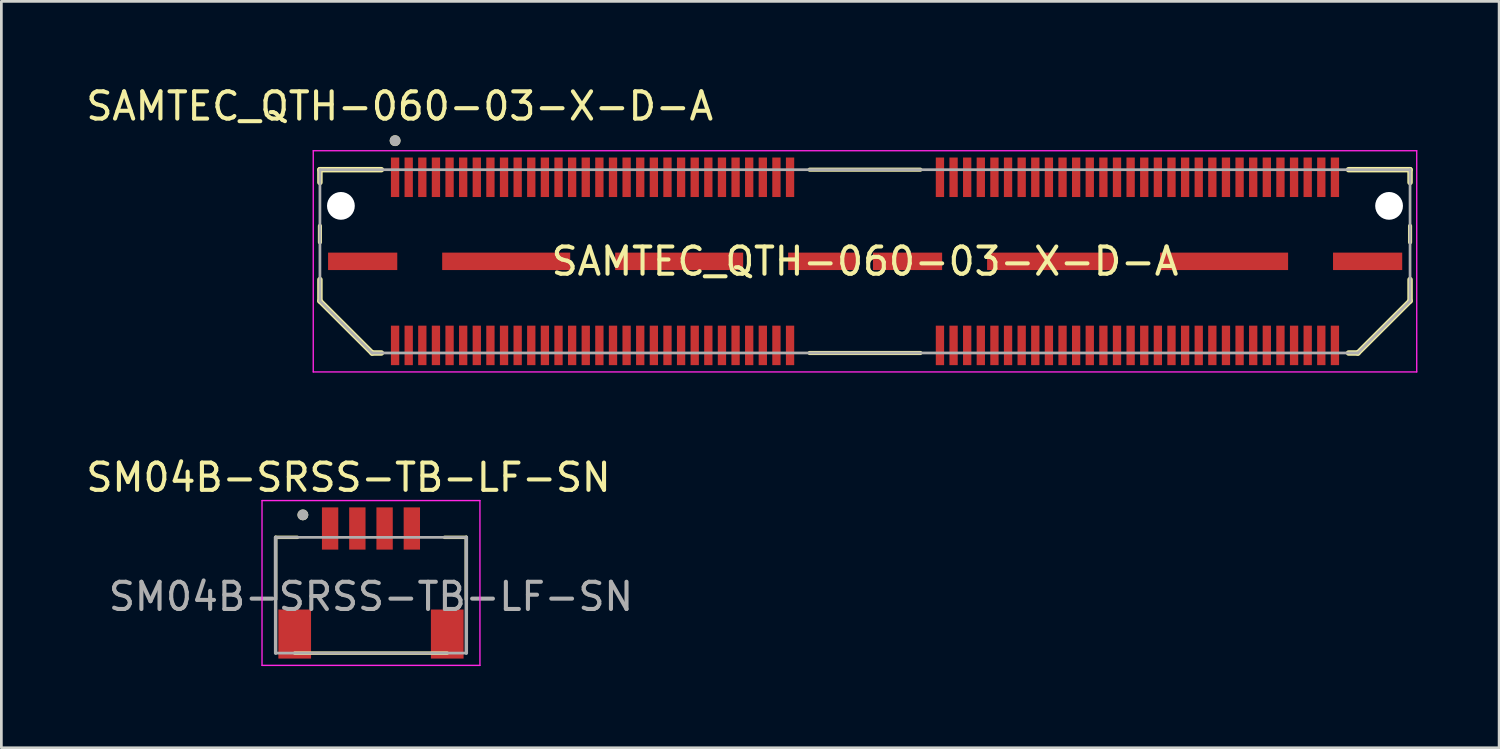
<source format=kicad_pcb>
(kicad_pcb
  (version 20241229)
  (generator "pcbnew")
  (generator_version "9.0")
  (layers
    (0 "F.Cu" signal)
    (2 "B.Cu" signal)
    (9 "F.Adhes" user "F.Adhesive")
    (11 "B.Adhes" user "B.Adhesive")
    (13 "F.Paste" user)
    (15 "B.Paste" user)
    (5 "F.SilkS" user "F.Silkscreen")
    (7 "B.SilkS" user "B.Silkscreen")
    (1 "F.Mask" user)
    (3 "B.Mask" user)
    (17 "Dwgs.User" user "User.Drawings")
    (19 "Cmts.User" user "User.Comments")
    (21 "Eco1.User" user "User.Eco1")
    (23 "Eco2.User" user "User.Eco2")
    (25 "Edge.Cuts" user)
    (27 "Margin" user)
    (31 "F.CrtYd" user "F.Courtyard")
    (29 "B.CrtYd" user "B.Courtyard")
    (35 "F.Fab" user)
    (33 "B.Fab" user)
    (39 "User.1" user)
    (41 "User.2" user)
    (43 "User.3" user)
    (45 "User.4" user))
  (footprint "SM04B-SRSS-TB-LF-SN"
    (layer "F.Cu")
    (at 10.569 16.352)
    (property "Reference" "SM04B-SRSS-TB-LF-SN" (at -0.825 -1.875 0) (layer "F.SilkS") (effects (font (size 1 1) (thickness 0.15))))
    (attr through_hole)
    (fp_line (start -3.5 0.325) (end -3.5 2.6) (stroke (width 0.127) (type solid)) (layer "F.SilkS"))
    (fp_line (start -2.8 4.575) (end 2.8 4.575) (stroke (width 0.127) (type solid)) (layer "F.SilkS"))
    (fp_line (start -2.7 0.325) (end -3.5 0.325) (stroke (width 0.127) (type solid)) (layer "F.SilkS"))
    (fp_line (start 2.7 0.325) (end 3.5 0.325) (stroke (width 0.127) (type solid)) (layer "F.SilkS"))
    (fp_line (start 3.5 0.325) (end 3.5 2.6) (stroke (width 0.127) (type solid)) (layer "F.SilkS"))
    (fp_circle (center -2.5 -0.5) (end -2.4 -0.5) (stroke (width 0.2) (type solid)) (fill no) (layer "F.SilkS"))
    (fp_line (start -4 -1.025) (end 4 -1.025) (stroke (width 0.05) (type solid)) (layer "F.CrtYd"))
    (fp_line (start -4 5.025) (end -4 -1.025) (stroke (width 0.05) (type solid)) (layer "F.CrtYd"))
    (fp_line (start 4 -1.025) (end 4 5.025) (stroke (width 0.05) (type solid)) (layer "F.CrtYd"))
    (fp_line (start 4 5.025) (end -4 5.025) (stroke (width 0.05) (type solid)) (layer "F.CrtYd"))
    (fp_line (start -3.5 4.575) (end -3.5 0.325) (stroke (width 0.127) (type solid)) (layer "F.Fab"))
    (fp_line (start -3.5 4.575) (end 3.5 4.575) (stroke (width 0.1) (type solid)) (layer "F.Fab"))
    (fp_line (start 3.5 0.325) (end -3.5 0.325) (stroke (width 0.1) (type solid)) (layer "F.Fab"))
    (fp_line (start 3.5 0.325) (end 3.5 4.575) (stroke (width 0.127) (type solid)) (layer "F.Fab"))
    (fp_circle (center -2.5 -0.5) (end -2.4 -0.5) (stroke (width 0.2) (type solid)) (fill no) (layer "F.Fab"))
    (fp_text user "${REFERENCE}" (at 0 2.5 0) (layer "F.Fab") (effects (font (size 1 1) (thickness 0.15))))
    (pad "1" smd rect (at -1.5 0 180) (size 0.6 1.55) (layers "F.Cu" "F.Mask" "F.Paste"))
    (pad "2" smd rect (at -0.5 0 180) (size 0.6 1.55) (layers "F.Cu" "F.Mask" "F.Paste"))
    (pad "3" smd rect (at 0.5 0 180) (size 0.6 1.55) (layers "F.Cu" "F.Mask" "F.Paste"))
    (pad "4" smd rect (at 1.5 0 180) (size 0.6 1.55) (layers "F.Cu" "F.Mask" "F.Paste"))
    (pad "S1" smd rect (at -2.8 3.875) (size 1.2 1.8) (layers "F.Cu" "F.Mask" "F.Paste"))
    (pad "S2" smd rect (at 2.8 3.875) (size 1.2 1.8) (layers "F.Cu" "F.Mask" "F.Paste")))
  (footprint "SAMTEC_QTH-060-03-X-D-A"
    (layer "F.Cu")
    (at 28.705 6.544)
    (property "Reference" "SAMTEC_QTH-060-03-X-D-A" (at -17.08 -5.696 0) (layer "F.SilkS") (effects (font (size 1 1) (thickness 0.15))))
    (attr smd)
    (fp_line (start -20.01 -3.365) (end -17.753 -3.365) (stroke (width 0.2) (type solid)) (layer "F.SilkS"))
    (fp_line (start -20.01 -2.896) (end -20.01 -3.365) (stroke (width 0.2) (type solid)) (layer "F.SilkS"))
    (fp_line (start -20.01 -0.7) (end -20.01 -1.3) (stroke (width 0.152) (type solid)) (layer "F.SilkS"))
    (fp_line (start -20.01 1.455) (end -20.01 0.67) (stroke (width 0.2) (type solid)) (layer "F.SilkS"))
    (fp_line (start -18.095 3.365) (end -20.01 1.455) (stroke (width 0.2) (type solid)) (layer "F.SilkS"))
    (fp_line (start -17.753 3.365) (end -18.095 3.365) (stroke (width 0.2) (type solid)) (layer "F.SilkS"))
    (fp_line (start -2.032 3.365) (end 2.032 3.365) (stroke (width 0.152) (type solid)) (layer "F.SilkS"))
    (fp_line (start 2.032 -3.365) (end -2.032 -3.365) (stroke (width 0.152) (type solid)) (layer "F.SilkS"))
    (fp_line (start 17.753 -3.365) (end 20.01 -3.365) (stroke (width 0.2) (type solid)) (layer "F.SilkS"))
    (fp_line (start 18.095 3.365) (end 17.753 3.365) (stroke (width 0.2) (type solid)) (layer "F.SilkS"))
    (fp_line (start 20.01 -3.365) (end 20.01 -2.896) (stroke (width 0.2) (type solid)) (layer "F.SilkS"))
    (fp_line (start 20.01 -0.7) (end 20.01 -1.3) (stroke (width 0.152) (type solid)) (layer "F.SilkS"))
    (fp_line (start 20.01 1.455) (end 18.095 3.365) (stroke (width 0.2) (type solid)) (layer "F.SilkS"))
    (fp_line (start 20.01 1.455) (end 20.01 0.67) (stroke (width 0.2) (type solid)) (layer "F.SilkS"))
    (fp_circle (center -17.25 -4.43) (end -17.15 -4.43) (stroke (width 0.2) (type solid)) (fill no) (layer "F.SilkS"))
    (fp_line (start -20.255 -4.06) (end -20.255 4.06) (stroke (width 0.05) (type solid)) (layer "F.CrtYd"))
    (fp_line (start -20.255 4.06) (end 20.255 4.06) (stroke (width 0.05) (type solid)) (layer "F.CrtYd"))
    (fp_line (start 20.255 -4.06) (end -20.255 -4.06) (stroke (width 0.05) (type solid)) (layer "F.CrtYd"))
    (fp_line (start 20.255 4.06) (end 20.255 -4.06) (stroke (width 0.05) (type solid)) (layer "F.CrtYd"))
    (fp_line (start -20.01 -3.365) (end 20.01 -3.365) (stroke (width 0.1) (type solid)) (layer "F.Fab"))
    (fp_line (start -20.01 1.455) (end -20.01 -3.365) (stroke (width 0.1) (type solid)) (layer "F.Fab"))
    (fp_line (start -18.095 3.365) (end -20.01 1.455) (stroke (width 0.1) (type solid)) (layer "F.Fab"))
    (fp_line (start 18.095 3.365) (end -18.095 3.365) (stroke (width 0.1) (type solid)) (layer "F.Fab"))
    (fp_line (start 20.01 -3.365) (end 20.01 1.455) (stroke (width 0.1) (type solid)) (layer "F.Fab"))
    (fp_line (start 20.01 1.455) (end 18.095 3.365) (stroke (width 0.1) (type solid)) (layer "F.Fab"))
    (fp_circle (center -17.25 -4.43) (end -17.15 -4.43) (stroke (width 0.2) (type solid)) (fill no) (layer "F.Fab"))
    (fp_text user "${REFERENCE}" (at 0 0 0) (layer "F.SilkS") (effects (font (size 1 1) (thickness 0.15))))
    (pad "" np_thru_hole circle (at -19.24 -2.036) (size 1.02 1.02) (drill 1.02) (layers "*.Cu" "*.Mask"))
    (pad "" np_thru_hole circle (at 19.24 -2.036) (size 1.02 1.02) (drill 1.02) (layers "*.Cu" "*.Mask"))
    (pad "1" smd rect (at -17.251 -3.086) (size 0.305 1.45) (layers "F.Cu" "F.Mask" "F.Paste"))
    (pad "2" smd rect (at -17.251 3.086) (size 0.305 1.45) (layers "F.Cu" "F.Mask" "F.Paste"))
    (pad "3" smd rect (at -16.751 -3.086) (size 0.305 1.45) (layers "F.Cu" "F.Mask" "F.Paste"))
    (pad "4" smd rect (at -16.751 3.086) (size 0.305 1.45) (layers "F.Cu" "F.Mask" "F.Paste"))
    (pad "5" smd rect (at -16.251 -3.086) (size 0.305 1.45) (layers "F.Cu" "F.Mask" "F.Paste"))
    (pad "6" smd rect (at -16.251 3.086) (size 0.305 1.45) (layers "F.Cu" "F.Mask" "F.Paste"))
    (pad "7" smd rect (at -15.751 -3.086) (size 0.305 1.45) (layers "F.Cu" "F.Mask" "F.Paste"))
    (pad "8" smd rect (at -15.751 3.086) (size 0.305 1.45) (layers "F.Cu" "F.Mask" "F.Paste"))
    (pad "9" smd rect (at -15.251 -3.086) (size 0.305 1.45) (layers "F.Cu" "F.Mask" "F.Paste"))
    (pad "10" smd rect (at -15.251 3.086) (size 0.305 1.45) (layers "F.Cu" "F.Mask" "F.Paste"))
    (pad "11" smd rect (at -14.751 -3.086) (size 0.305 1.45) (layers "F.Cu" "F.Mask" "F.Paste"))
    (pad "12" smd rect (at -14.751 3.086) (size 0.305 1.45) (layers "F.Cu" "F.Mask" "F.Paste"))
    (pad "13" smd rect (at -14.251 -3.086) (size 0.305 1.45) (layers "F.Cu" "F.Mask" "F.Paste"))
    (pad "14" smd rect (at -14.251 3.086) (size 0.305 1.45) (layers "F.Cu" "F.Mask" "F.Paste"))
    (pad "15" smd rect (at -13.751 -3.086) (size 0.305 1.45) (layers "F.Cu" "F.Mask" "F.Paste"))
    (pad "16" smd rect (at -13.751 3.086) (size 0.305 1.45) (layers "F.Cu" "F.Mask" "F.Paste"))
    (pad "17" smd rect (at -13.251 -3.086) (size 0.305 1.45) (layers "F.Cu" "F.Mask" "F.Paste"))
    (pad "18" smd rect (at -13.251 3.086) (size 0.305 1.45) (layers "F.Cu" "F.Mask" "F.Paste"))
    (pad "19" smd rect (at -12.751 -3.086) (size 0.305 1.45) (layers "F.Cu" "F.Mask" "F.Paste"))
    (pad "20" smd rect (at -12.751 3.086) (size 0.305 1.45) (layers "F.Cu" "F.Mask" "F.Paste"))
    (pad "21" smd rect (at -12.251 -3.086) (size 0.305 1.45) (layers "F.Cu" "F.Mask" "F.Paste"))
    (pad "22" smd rect (at -12.251 3.086) (size 0.305 1.45) (layers "F.Cu" "F.Mask" "F.Paste"))
    (pad "23" smd rect (at -11.751 -3.086) (size 0.305 1.45) (layers "F.Cu" "F.Mask" "F.Paste"))
    (pad "24" smd rect (at -11.751 3.086) (size 0.305 1.45) (layers "F.Cu" "F.Mask" "F.Paste"))
    (pad "25" smd rect (at -11.251 -3.086) (size 0.305 1.45) (layers "F.Cu" "F.Mask" "F.Paste"))
    (pad "26" smd rect (at -11.251 3.086) (size 0.305 1.45) (layers "F.Cu" "F.Mask" "F.Paste"))
    (pad "27" smd rect (at -10.751 -3.086) (size 0.305 1.45) (layers "F.Cu" "F.Mask" "F.Paste"))
    (pad "28" smd rect (at -10.751 3.086) (size 0.305 1.45) (layers "F.Cu" "F.Mask" "F.Paste"))
    (pad "29" smd rect (at -10.251 -3.086) (size 0.305 1.45) (layers "F.Cu" "F.Mask" "F.Paste"))
    (pad "30" smd rect (at -10.251 3.086) (size 0.305 1.45) (layers "F.Cu" "F.Mask" "F.Paste"))
    (pad "31" smd rect (at -9.751 -3.086) (size 0.305 1.45) (layers "F.Cu" "F.Mask" "F.Paste"))
    (pad "32" smd rect (at -9.751 3.086) (size 0.305 1.45) (layers "F.Cu" "F.Mask" "F.Paste"))
    (pad "33" smd rect (at -9.251 -3.086) (size 0.305 1.45) (layers "F.Cu" "F.Mask" "F.Paste"))
    (pad "34" smd rect (at -9.251 3.086) (size 0.305 1.45) (layers "F.Cu" "F.Mask" "F.Paste"))
    (pad "35" smd rect (at -8.751 -3.086) (size 0.305 1.45) (layers "F.Cu" "F.Mask" "F.Paste"))
    (pad "36" smd rect (at -8.751 3.086) (size 0.305 1.45) (layers "F.Cu" "F.Mask" "F.Paste"))
    (pad "37" smd rect (at -8.251 -3.086) (size 0.305 1.45) (layers "F.Cu" "F.Mask" "F.Paste"))
    (pad "38" smd rect (at -8.251 3.086) (size 0.305 1.45) (layers "F.Cu" "F.Mask" "F.Paste"))
    (pad "39" smd rect (at -7.751 -3.086) (size 0.305 1.45) (layers "F.Cu" "F.Mask" "F.Paste"))
    (pad "40" smd rect (at -7.751 3.086) (size 0.305 1.45) (layers "F.Cu" "F.Mask" "F.Paste"))
    (pad "41" smd rect (at -7.251 -3.086) (size 0.305 1.45) (layers "F.Cu" "F.Mask" "F.Paste"))
    (pad "42" smd rect (at -7.251 3.086) (size 0.305 1.45) (layers "F.Cu" "F.Mask" "F.Paste"))
    (pad "43" smd rect (at -6.751 -3.086) (size 0.305 1.45) (layers "F.Cu" "F.Mask" "F.Paste"))
    (pad "44" smd rect (at -6.751 3.086) (size 0.305 1.45) (layers "F.Cu" "F.Mask" "F.Paste"))
    (pad "45" smd rect (at -6.251 -3.086) (size 0.305 1.45) (layers "F.Cu" "F.Mask" "F.Paste"))
    (pad "46" smd rect (at -6.251 3.086) (size 0.305 1.45) (layers "F.Cu" "F.Mask" "F.Paste"))
    (pad "47" smd rect (at -5.751 -3.086) (size 0.305 1.45) (layers "F.Cu" "F.Mask" "F.Paste"))
    (pad "48" smd rect (at -5.751 3.086) (size 0.305 1.45) (layers "F.Cu" "F.Mask" "F.Paste"))
    (pad "49" smd rect (at -5.251 -3.086) (size 0.305 1.45) (layers "F.Cu" "F.Mask" "F.Paste"))
    (pad "50" smd rect (at -5.251 3.086) (size 0.305 1.45) (layers "F.Cu" "F.Mask" "F.Paste"))
    (pad "51" smd rect (at -4.751 -3.086) (size 0.305 1.45) (layers "F.Cu" "F.Mask" "F.Paste"))
    (pad "52" smd rect (at -4.751 3.086) (size 0.305 1.45) (layers "F.Cu" "F.Mask" "F.Paste"))
    (pad "53" smd rect (at -4.251 -3.086) (size 0.305 1.45) (layers "F.Cu" "F.Mask" "F.Paste"))
    (pad "54" smd rect (at -4.251 3.086) (size 0.305 1.45) (layers "F.Cu" "F.Mask" "F.Paste"))
    (pad "55" smd rect (at -3.751 -3.086) (size 0.305 1.45) (layers "F.Cu" "F.Mask" "F.Paste"))
    (pad "56" smd rect (at -3.751 3.086) (size 0.305 1.45) (layers "F.Cu" "F.Mask" "F.Paste"))
    (pad "57" smd rect (at -3.251 -3.086) (size 0.305 1.45) (layers "F.Cu" "F.Mask" "F.Paste"))
    (pad "58" smd rect (at -3.251 3.086) (size 0.305 1.45) (layers "F.Cu" "F.Mask" "F.Paste"))
    (pad "59" smd rect (at -2.751 -3.086) (size 0.305 1.45) (layers "F.Cu" "F.Mask" "F.Paste"))
    (pad "60" smd rect (at -2.751 3.086) (size 0.305 1.45) (layers "F.Cu" "F.Mask" "F.Paste"))
    (pad "61" smd rect (at 2.752 -3.086) (size 0.305 1.45) (layers "F.Cu" "F.Mask" "F.Paste"))
    (pad "62" smd rect (at 2.752 3.086) (size 0.305 1.45) (layers "F.Cu" "F.Mask" "F.Paste"))
    (pad "63" smd rect (at 3.252 -3.086) (size 0.305 1.45) (layers "F.Cu" "F.Mask" "F.Paste"))
    (pad "64" smd rect (at 3.252 3.086) (size 0.305 1.45) (layers "F.Cu" "F.Mask" "F.Paste"))
    (pad "65" smd rect (at 3.752 -3.086) (size 0.305 1.45) (layers "F.Cu" "F.Mask" "F.Paste"))
    (pad "66" smd rect (at 3.752 3.086) (size 0.305 1.45) (layers "F.Cu" "F.Mask" "F.Paste"))
    (pad "67" smd rect (at 4.252 -3.086) (size 0.305 1.45) (layers "F.Cu" "F.Mask" "F.Paste"))
    (pad "68" smd rect (at 4.252 3.086) (size 0.305 1.45) (layers "F.Cu" "F.Mask" "F.Paste"))
    (pad "69" smd rect (at 4.752 -3.086) (size 0.305 1.45) (layers "F.Cu" "F.Mask" "F.Paste"))
    (pad "70" smd rect (at 4.752 3.086) (size 0.305 1.45) (layers "F.Cu" "F.Mask" "F.Paste"))
    (pad "71" smd rect (at 5.252 -3.086) (size 0.305 1.45) (layers "F.Cu" "F.Mask" "F.Paste"))
    (pad "72" smd rect (at 5.252 3.086) (size 0.305 1.45) (layers "F.Cu" "F.Mask" "F.Paste"))
    (pad "73" smd rect (at 5.752 -3.086) (size 0.305 1.45) (layers "F.Cu" "F.Mask" "F.Paste"))
    (pad "74" smd rect (at 5.752 3.086) (size 0.305 1.45) (layers "F.Cu" "F.Mask" "F.Paste"))
    (pad "75" smd rect (at 6.252 -3.086) (size 0.305 1.45) (layers "F.Cu" "F.Mask" "F.Paste"))
    (pad "76" smd rect (at 6.252 3.086) (size 0.305 1.45) (layers "F.Cu" "F.Mask" "F.Paste"))
    (pad "77" smd rect (at 6.752 -3.086) (size 0.305 1.45) (layers "F.Cu" "F.Mask" "F.Paste"))
    (pad "78" smd rect (at 6.752 3.086) (size 0.305 1.45) (layers "F.Cu" "F.Mask" "F.Paste"))
    (pad "79" smd rect (at 7.252 -3.086) (size 0.305 1.45) (layers "F.Cu" "F.Mask" "F.Paste"))
    (pad "80" smd rect (at 7.252 3.086) (size 0.305 1.45) (layers "F.Cu" "F.Mask" "F.Paste"))
    (pad "81" smd rect (at 7.752 -3.086) (size 0.305 1.45) (layers "F.Cu" "F.Mask" "F.Paste"))
    (pad "82" smd rect (at 7.752 3.086) (size 0.305 1.45) (layers "F.Cu" "F.Mask" "F.Paste"))
    (pad "83" smd rect (at 8.252 -3.086) (size 0.305 1.45) (layers "F.Cu" "F.Mask" "F.Paste"))
    (pad "84" smd rect (at 8.252 3.086) (size 0.305 1.45) (layers "F.Cu" "F.Mask" "F.Paste"))
    (pad "85" smd rect (at 8.752 -3.086) (size 0.305 1.45) (layers "F.Cu" "F.Mask" "F.Paste"))
    (pad "86" smd rect (at 8.752 3.086) (size 0.305 1.45) (layers "F.Cu" "F.Mask" "F.Paste"))
    (pad "87" smd rect (at 9.252 -3.086) (size 0.305 1.45) (layers "F.Cu" "F.Mask" "F.Paste"))
    (pad "88" smd rect (at 9.252 3.086) (size 0.305 1.45) (layers "F.Cu" "F.Mask" "F.Paste"))
    (pad "89" smd rect (at 9.752 -3.086) (size 0.305 1.45) (layers "F.Cu" "F.Mask" "F.Paste"))
    (pad "90" smd rect (at 9.752 3.086) (size 0.305 1.45) (layers "F.Cu" "F.Mask" "F.Paste"))
    (pad "91" smd rect (at 10.252 -3.086) (size 0.305 1.45) (layers "F.Cu" "F.Mask" "F.Paste"))
    (pad "92" smd rect (at 10.252 3.086) (size 0.305 1.45) (layers "F.Cu" "F.Mask" "F.Paste"))
    (pad "93" smd rect (at 10.752 -3.086) (size 0.305 1.45) (layers "F.Cu" "F.Mask" "F.Paste"))
    (pad "94" smd rect (at 10.752 3.086) (size 0.305 1.45) (layers "F.Cu" "F.Mask" "F.Paste"))
    (pad "95" smd rect (at 11.252 -3.086) (size 0.305 1.45) (layers "F.Cu" "F.Mask" "F.Paste"))
    (pad "96" smd rect (at 11.252 3.086) (size 0.305 1.45) (layers "F.Cu" "F.Mask" "F.Paste"))
    (pad "97" smd rect (at 11.752 -3.086) (size 0.305 1.45) (layers "F.Cu" "F.Mask" "F.Paste"))
    (pad "98" smd rect (at 11.752 3.086) (size 0.305 1.45) (layers "F.Cu" "F.Mask" "F.Paste"))
    (pad "99" smd rect (at 12.252 -3.086) (size 0.305 1.45) (layers "F.Cu" "F.Mask" "F.Paste"))
    (pad "100" smd rect (at 12.252 3.086) (size 0.305 1.45) (layers "F.Cu" "F.Mask" "F.Paste"))
    (pad "101" smd rect (at 12.752 -3.086) (size 0.305 1.45) (layers "F.Cu" "F.Mask" "F.Paste"))
    (pad "102" smd rect (at 12.752 3.086) (size 0.305 1.45) (layers "F.Cu" "F.Mask" "F.Paste"))
    (pad "103" smd rect (at 13.252 -3.086) (size 0.305 1.45) (layers "F.Cu" "F.Mask" "F.Paste"))
    (pad "104" smd rect (at 13.252 3.086) (size 0.305 1.45) (layers "F.Cu" "F.Mask" "F.Paste"))
    (pad "105" smd rect (at 13.752 -3.086) (size 0.305 1.45) (layers "F.Cu" "F.Mask" "F.Paste"))
    (pad "106" smd rect (at 13.752 3.086) (size 0.305 1.45) (layers "F.Cu" "F.Mask" "F.Paste"))
    (pad "107" smd rect (at 14.252 -3.086) (size 0.305 1.45) (layers "F.Cu" "F.Mask" "F.Paste"))
    (pad "108" smd rect (at 14.252 3.086) (size 0.305 1.45) (layers "F.Cu" "F.Mask" "F.Paste"))
    (pad "109" smd rect (at 14.752 -3.086) (size 0.305 1.45) (layers "F.Cu" "F.Mask" "F.Paste"))
    (pad "110" smd rect (at 14.752 3.086) (size 0.305 1.45) (layers "F.Cu" "F.Mask" "F.Paste"))
    (pad "111" smd rect (at 15.252 -3.086) (size 0.305 1.45) (layers "F.Cu" "F.Mask" "F.Paste"))
    (pad "112" smd rect (at 15.252 3.086) (size 0.305 1.45) (layers "F.Cu" "F.Mask" "F.Paste"))
    (pad "113" smd rect (at 15.752 -3.086) (size 0.305 1.45) (layers "F.Cu" "F.Mask" "F.Paste"))
    (pad "114" smd rect (at 15.752 3.086) (size 0.305 1.45) (layers "F.Cu" "F.Mask" "F.Paste"))
    (pad "115" smd rect (at 16.252 -3.086) (size 0.305 1.45) (layers "F.Cu" "F.Mask" "F.Paste"))
    (pad "116" smd rect (at 16.252 3.086) (size 0.305 1.45) (layers "F.Cu" "F.Mask" "F.Paste"))
    (pad "117" smd rect (at 16.752 -3.086) (size 0.305 1.45) (layers "F.Cu" "F.Mask" "F.Paste"))
    (pad "118" smd rect (at 16.752 3.086) (size 0.305 1.45) (layers "F.Cu" "F.Mask" "F.Paste"))
    (pad "119" smd rect (at 17.252 -3.086) (size 0.305 1.45) (layers "F.Cu" "F.Mask" "F.Paste"))
    (pad "120" smd rect (at 17.252 3.086) (size 0.305 1.45) (layers "F.Cu" "F.Mask" "F.Paste"))
    (pad "G1" smd rect (at -18.441 0) (size 2.54 0.64) (layers "F.Cu" "F.Mask" "F.Paste"))
    (pad "G2" smd rect (at -13.172 0) (size 4.7 0.64) (layers "F.Cu" "F.Mask" "F.Paste"))
    (pad "G3" smd rect (at -6.822 0) (size 4.7 0.64) (layers "F.Cu" "F.Mask" "F.Paste"))
    (pad "G4" smd rect (at -1.551 0) (size 2.54 0.64) (layers "F.Cu" "F.Mask" "F.Paste"))
    (pad "G5" smd rect (at 1.562 0) (size 2.54 0.64) (layers "F.Cu" "F.Mask" "F.Paste"))
    (pad "G6" smd rect (at 6.833 0) (size 4.7 0.64) (layers "F.Cu" "F.Mask" "F.Paste"))
    (pad "G7" smd rect (at 13.183 0) (size 4.7 0.64) (layers "F.Cu" "F.Mask" "F.Paste"))
    (pad "G8" smd rect (at 18.452 0) (size 2.54 0.64) (layers "F.Cu" "F.Mask" "F.Paste")))
  (gr_rect
    (start -3 -3)
    (end 51.985 24.402)
    (stroke (width 0.1) (type default))
    (fill no)
    (layer "Edge.Cuts")))
</source>
